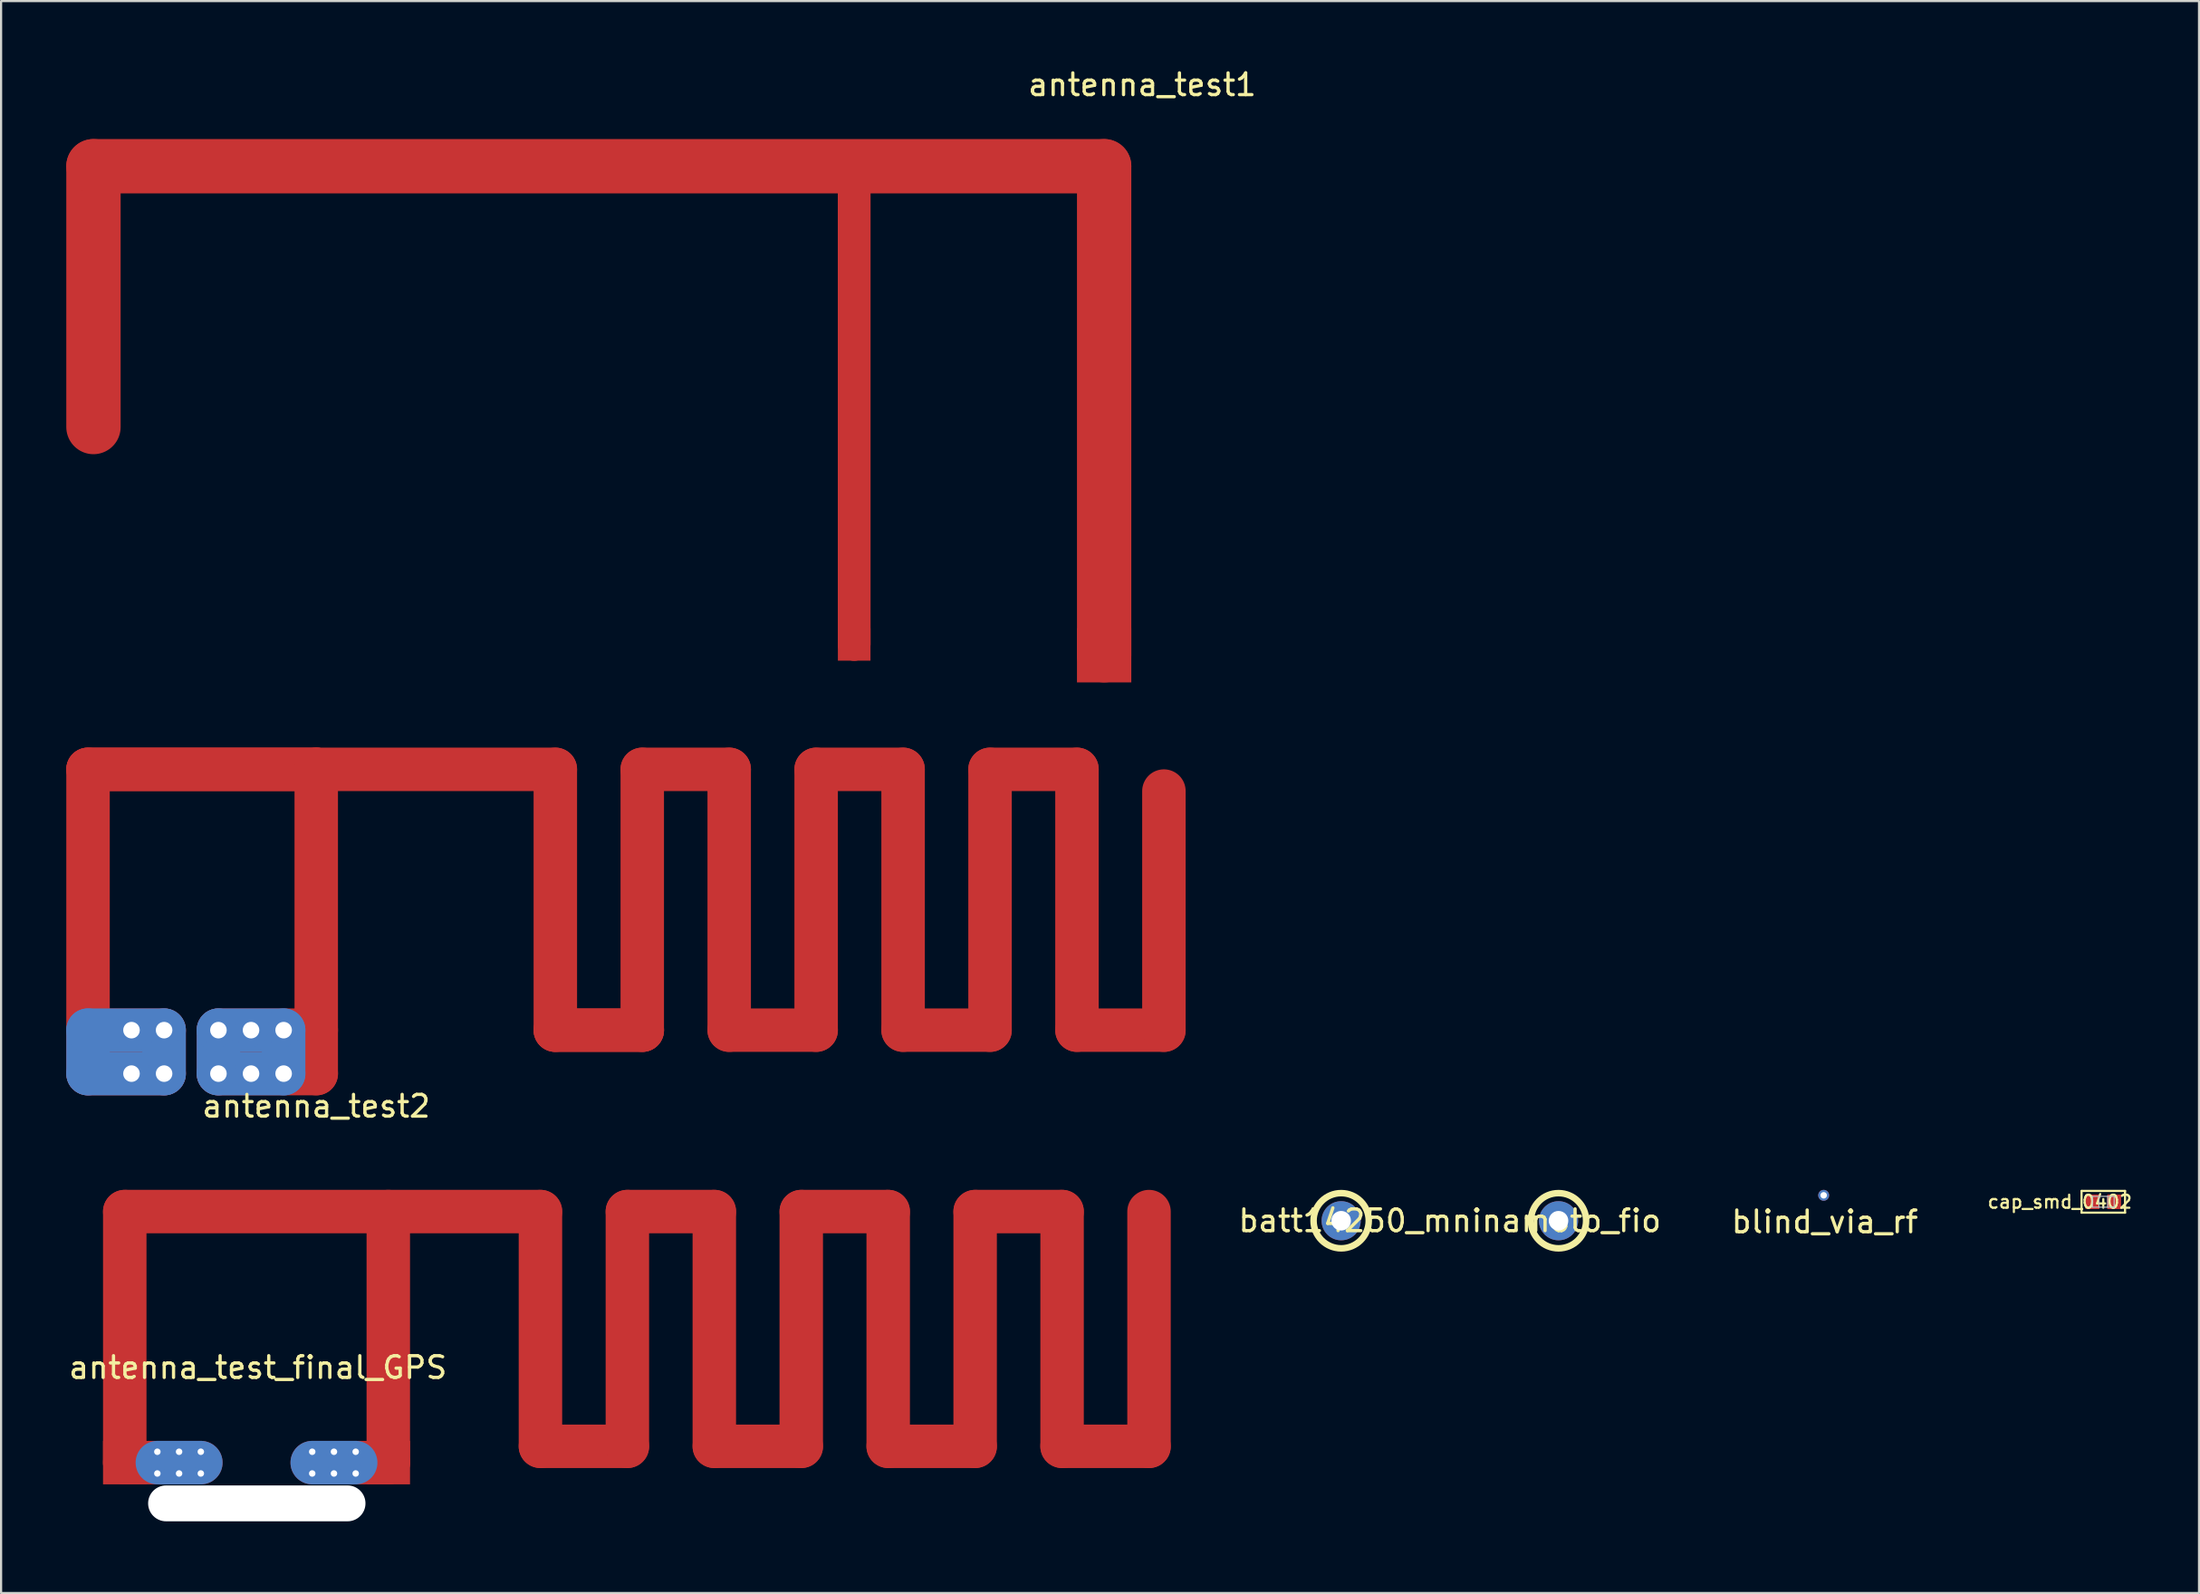
<source format=kicad_pcb>
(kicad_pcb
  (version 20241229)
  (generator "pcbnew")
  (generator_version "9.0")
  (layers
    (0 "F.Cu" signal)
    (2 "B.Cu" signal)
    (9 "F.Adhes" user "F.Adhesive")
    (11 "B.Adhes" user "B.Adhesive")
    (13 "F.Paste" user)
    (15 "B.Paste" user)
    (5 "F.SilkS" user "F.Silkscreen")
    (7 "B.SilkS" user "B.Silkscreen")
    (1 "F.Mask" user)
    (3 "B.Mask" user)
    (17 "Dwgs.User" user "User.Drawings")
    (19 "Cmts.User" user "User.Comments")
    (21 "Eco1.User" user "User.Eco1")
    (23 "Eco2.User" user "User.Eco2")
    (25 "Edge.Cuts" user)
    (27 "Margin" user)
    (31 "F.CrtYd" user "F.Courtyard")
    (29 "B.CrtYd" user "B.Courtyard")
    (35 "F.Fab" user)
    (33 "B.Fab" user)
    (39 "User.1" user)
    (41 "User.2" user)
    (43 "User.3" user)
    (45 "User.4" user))
  (footprint "blind_via_rf"
    (layer "F.Cu")
    (at 80.855 51.947)
    (property "Reference" "blind_via_rf" (at 0.05 1.22 0) (layer "F.SilkS") (effects (font (size 1 1) (thickness 0.15))))
    (attr through_hole)
    (pad "1" thru_hole circle (at 0 0) (size 0.5 0.5) (drill 0.3) (layers "*.Cu" "*.Mask")))
  (footprint "antenna_test1"
    (layer "F.Cu")
    (at 49.5 2.848)
    (property "Reference" "antenna_test1" (at 0 -2 0) (layer "F.SilkS") (effects (font (size 1 1) (thickness 0.15))))
    (attr through_hole)
    (fp_line (start -48.25 13.75) (end -48.25 1.75) (stroke (width 2.5) (type solid)) (layer "F.Cu"))
    (fp_line (start -13.25 23.75) (end -13.25 1.75) (stroke (width 1.5) (type solid)) (layer "F.Cu"))
    (fp_line (start -13.25 23.75) (end -13.25 1.75) (stroke (width 1.5) (type solid)) (layer "F.Cu"))
    (fp_line (start -1.75 1.75) (end -48.25 1.75) (stroke (width 2.5) (type solid)) (layer "F.Cu"))
    (fp_line (start -1.75 24.25) (end -1.75 1.75) (stroke (width 2.5) (type solid)) (layer "F.Cu"))
    (fp_line (start -48.25 13.75) (end -48.25 1.75) (stroke (width 2.5) (type solid)) (layer "F.Mask"))
    (fp_line (start -13.25 22.25) (end -13.25 1.75) (stroke (width 1.5) (type solid)) (layer "F.Mask"))
    (fp_line (start -1.75 1.75) (end -48.25 1.75) (stroke (width 2.5) (type solid)) (layer "F.Mask"))
    (fp_line (start -1.75 21.75) (end -1.75 1.75) (stroke (width 2.5) (type solid)) (layer "F.Mask"))
    (fp_poly (pts (xy -14 23) (xy -12.5 23) (xy -12.5 21.75) (xy -14 21.75)) (stroke (width 0) (type solid)) (fill yes) (layer "F.Mask"))
    (fp_poly (pts (xy -3 23) (xy -0.5 23) (xy -0.5 20.5) (xy -3 20.5)) (stroke (width 0) (type solid)) (fill yes) (layer "F.Mask"))
    (pad "1" smd rect (at -13.25 23.75) (size 1.5 1.5) (layers "F.Cu" "F.Mask" "F.Paste"))
    (pad "2" smd rect (at -1.75 24.25) (size 2.5 2.5) (layers "F.Cu" "F.Mask" "F.Paste")))
  (footprint "antenna_test_final_GPS"
    (layer "F.Cu")
    (at 1.69 66.996)
    (property "Reference" "antenna_test_final_GPS" (at 7.125 -7.125 0) (layer "F.SilkS") (effects (font (size 1 1) (thickness 0.15))))
    (attr through_hole)
    (fp_line (start 1 -2.75) (end 1 -14.3) (stroke (width 2) (type solid)) (layer "F.Cu"))
    (fp_line (start 4.5 -2.75) (end 1 -2.75) (stroke (width 2) (type solid)) (layer "F.Cu"))
    (fp_line (start 13.125 -2.75) (end 9.625 -2.75) (stroke (width 2) (type solid)) (layer "F.Cu"))
    (fp_line (start 13.125 -2.75) (end 13.125 -14.3) (stroke (width 2) (type solid)) (layer "F.Cu"))
    (fp_line (start 20.125 -14.3) (end 1 -14.3) (stroke (width 2) (type solid)) (layer "F.Cu"))
    (fp_line (start 20.125 -3.5) (end 20.125 -14.3) (stroke (width 2) (type solid)) (layer "F.Cu"))
    (fp_line (start 24.125 -3.5) (end 20.125 -3.5) (stroke (width 2) (type solid)) (layer "F.Cu"))
    (fp_line (start 24.125 -3.5) (end 24.125 -14.3) (stroke (width 2) (type solid)) (layer "F.Cu"))
    (fp_line (start 28.125 -14.3) (end 24.125 -14.3) (stroke (width 2) (type solid)) (layer "F.Cu"))
    (fp_line (start 28.125 -3.5) (end 28.125 -14.3) (stroke (width 2) (type solid)) (layer "F.Cu"))
    (fp_line (start 32.125 -3.5) (end 28.125 -3.5) (stroke (width 2) (type solid)) (layer "F.Cu"))
    (fp_line (start 32.125 -3.5) (end 32.125 -14.3) (stroke (width 2) (type solid)) (layer "F.Cu"))
    (fp_line (start 36.125 -14.3) (end 32.125 -14.3) (stroke (width 2) (type solid)) (layer "F.Cu"))
    (fp_line (start 36.125 -3.5) (end 36.125 -14.3) (stroke (width 2) (type solid)) (layer "F.Cu"))
    (fp_line (start 40.125 -3.5) (end 36.125 -3.5) (stroke (width 2) (type solid)) (layer "F.Cu"))
    (fp_line (start 40.125 -3.5) (end 40.125 -14.3) (stroke (width 2) (type solid)) (layer "F.Cu"))
    (fp_line (start 44.125 -14.3) (end 40.125 -14.3) (stroke (width 2) (type solid)) (layer "F.Cu"))
    (fp_line (start 44.125 -3.5) (end 44.125 -14.3) (stroke (width 2) (type solid)) (layer "F.Cu"))
    (fp_line (start 48.125 -3.5) (end 44.125 -3.5) (stroke (width 2) (type solid)) (layer "F.Cu"))
    (fp_line (start 48.125 -3.5) (end 48.125 -14.3) (stroke (width 2) (type solid)) (layer "F.Cu"))
    (fp_line (start 1 -2.75) (end 1 -14) (stroke (width 2) (type solid)) (layer "F.Mask"))
    (fp_line (start 4.5 -2.75) (end 1 -2.75) (stroke (width 2) (type solid)) (layer "F.Mask"))
    (fp_line (start 13.125 -2.75) (end 9.625 -2.75) (stroke (width 2) (type solid)) (layer "F.Mask"))
    (fp_line (start 13.125 -2.75) (end 13.125 -14.3) (stroke (width 2) (type solid)) (layer "F.Mask"))
    (fp_line (start 20.125 -14.3) (end 1 -14.3) (stroke (width 2) (type solid)) (layer "F.Mask"))
    (fp_line (start 20.125 -3.5) (end 20.125 -14.3) (stroke (width 2) (type solid)) (layer "F.Mask"))
    (fp_line (start 24.125 -3.5) (end 20.125 -3.5) (stroke (width 2) (type solid)) (layer "F.Mask"))
    (fp_line (start 24.125 -3.5) (end 24.125 -14.3) (stroke (width 2) (type solid)) (layer "F.Mask"))
    (fp_line (start 28.125 -14.3) (end 24.125 -14.3) (stroke (width 2) (type solid)) (layer "F.Mask"))
    (fp_line (start 28.125 -3.5) (end 28.125 -14.3) (stroke (width 2) (type solid)) (layer "F.Mask"))
    (fp_line (start 32.125 -3.5) (end 28.125 -3.5) (stroke (width 2) (type solid)) (layer "F.Mask"))
    (fp_line (start 32.125 -3.5) (end 32.125 -14.3) (stroke (width 2) (type solid)) (layer "F.Mask"))
    (fp_line (start 36.125 -14.3) (end 32.125 -14.3) (stroke (width 2) (type solid)) (layer "F.Mask"))
    (fp_line (start 36.125 -3.5) (end 36.125 -14.3) (stroke (width 2) (type solid)) (layer "F.Mask"))
    (fp_line (start 40.125 -3.5) (end 36.125 -3.5) (stroke (width 2) (type solid)) (layer "F.Mask"))
    (fp_line (start 40.125 -3.5) (end 40.125 -14.3) (stroke (width 2) (type solid)) (layer "F.Mask"))
    (fp_line (start 44.125 -14.3) (end 40.125 -14.3) (stroke (width 2) (type solid)) (layer "F.Mask"))
    (fp_line (start 44.125 -3.5) (end 44.125 -14.3) (stroke (width 2) (type solid)) (layer "F.Mask"))
    (fp_line (start 48.125 -3.5) (end 44.125 -3.5) (stroke (width 2) (type solid)) (layer "F.Mask"))
    (fp_line (start 48.125 -3.5) (end 48.125 -14.3) (stroke (width 2) (type solid)) (layer "F.Mask"))
    (fp_line (start 4.5 -2.75) (end 2.5 -2.75) (stroke (width 2) (type solid)) (layer "B.Cu"))
    (fp_line (start 11.625 -2.75) (end 9.625 -2.75) (stroke (width 2) (type solid)) (layer "B.Cu"))
    (fp_line (start 4.5 -2.75) (end 2.5 -2.75) (stroke (width 2) (type solid)) (layer "B.Mask"))
    (fp_line (start 11.625 -2.75) (end 9.625 -2.75) (stroke (width 2) (type solid)) (layer "B.Mask"))
    (pad "" np_thru_hole oval (at 7.075 -0.875) (size 10 1.65) (drill oval 10 1.65) (layers "*.Cu"))
    (pad "1" thru_hole circle (at 9.625 -3.25) (size 0.8 0.8) (drill 0.3) (layers "*.Cu"))
    (pad "1" thru_hole circle (at 9.625 -2.25) (size 0.8 0.8) (drill 0.3) (layers "*.Cu"))
    (pad "1" thru_hole circle (at 10.625 -3.25) (size 0.8 0.8) (drill 0.3) (layers "*.Cu"))
    (pad "1" thru_hole circle (at 10.625 -2.25) (size 0.8 0.8) (drill 0.3) (layers "*.Cu"))
    (pad "1" thru_hole circle (at 11.625 -3.25) (size 0.8 0.8) (drill 0.3) (layers "*.Cu"))
    (pad "1" thru_hole circle (at 11.625 -2.25) (size 0.8 0.8) (drill 0.3) (layers "*.Cu"))
    (pad "1" smd rect (at 13.125 -2.75) (size 2 2) (layers "F.Cu" "F.Mask" "F.Paste"))
    (pad "2" smd rect (at 1 -2.75) (size 2 2) (layers "F.Cu" "F.Mask" "F.Paste"))
    (pad "2" thru_hole circle (at 2.5 -3.25) (size 0.8 0.8) (drill 0.3) (layers "*.Cu"))
    (pad "2" thru_hole circle (at 2.5 -2.25) (size 0.8 0.8) (drill 0.3) (layers "*.Cu"))
    (pad "2" thru_hole circle (at 3.5 -3.25) (size 0.8 0.8) (drill 0.3) (layers "*.Cu"))
    (pad "2" thru_hole circle (at 3.5 -2.25) (size 0.8 0.8) (drill 0.3) (layers "*.Cu"))
    (pad "2" thru_hole circle (at 4.5 -3.25) (size 0.8 0.8) (drill 0.3) (layers "*.Cu"))
    (pad "2" thru_hole circle (at 4.5 -2.25) (size 0.8 0.8) (drill 0.3) (layers "*.Cu")))
  (footprint "batt14250_mninamoto_fio"
    (layer "F.Cu")
    (at 58.655 53.117)
    (property "Reference" "batt14250_mninamoto_fio" (at 5 0 0) (layer "F.SilkS") (effects (font (size 1 1) (thickness 0.15))))
    (attr through_hole)
    (fp_circle (center 0 0) (end 1.27 0) (stroke (width 0.3) (type solid)) (fill no) (layer "F.SilkS"))
    (fp_circle (center 10 0) (end 11.27 0) (stroke (width 0.3) (type solid)) (fill no) (layer "F.SilkS"))
    (pad "1" thru_hole circle (at 0 0) (size 1.8 1.8) (drill 0.9) (layers "*.Cu" "*.Mask"))
    (pad "2" thru_hole circle (at 10 0) (size 1.8 1.8) (drill 0.9) (layers "*.Cu" "*.Mask")))
  (footprint "antenna_test2"
    (layer "F.Cu")
    (at 11.5 47.348)
    (property "Reference" "antenna_test2" (at 0 0.5 0) (layer "F.SilkS") (effects (font (size 1 1) (thickness 0.15))))
    (attr through_hole)
    (fp_line (start -10.5 -1) (end -10.5 -15) (stroke (width 2) (type solid)) (layer "F.Cu"))
    (fp_line (start -7 -3) (end -10.5 -3) (stroke (width 2) (type solid)) (layer "F.Cu"))
    (fp_line (start -7 -1) (end -10.5 -1) (stroke (width 2) (type solid)) (layer "F.Cu"))
    (fp_line (start -7 -1) (end -7 -3) (stroke (width 2) (type solid)) (layer "F.Cu"))
    (fp_line (start -4.5 -1) (end -4.5 -3) (stroke (width 2) (type solid)) (layer "F.Cu"))
    (fp_line (start 0 -15) (end -10.5 -15) (stroke (width 2) (type solid)) (layer "F.Cu"))
    (fp_line (start 0 -15) (end -10.5 -15) (stroke (width 2) (type solid)) (layer "F.Cu"))
    (fp_line (start 0 -3) (end -4.5 -3) (stroke (width 2) (type solid)) (layer "F.Cu"))
    (fp_line (start 0 -1) (end -4.5 -1) (stroke (width 2) (type solid)) (layer "F.Cu"))
    (fp_line (start 0 -1) (end 0 -15) (stroke (width 2) (type solid)) (layer "F.Cu"))
    (fp_line (start 11 -15) (end 0 -15) (stroke (width 2) (type solid)) (layer "F.Cu"))
    (fp_line (start 11 -3) (end 11 -15) (stroke (width 2) (type solid)) (layer "F.Cu"))
    (fp_line (start 15 -3) (end 11 -3) (stroke (width 2) (type solid)) (layer "F.Cu"))
    (fp_line (start 15 -3) (end 11 -3) (stroke (width 2) (type solid)) (layer "F.Cu"))
    (fp_line (start 15 -3) (end 15 -15) (stroke (width 2) (type solid)) (layer "F.Cu"))
    (fp_line (start 19 -15) (end 15 -15) (stroke (width 2) (type solid)) (layer "F.Cu"))
    (fp_line (start 19 -3) (end 19 -15) (stroke (width 2) (type solid)) (layer "F.Cu"))
    (fp_line (start 23 -3) (end 19 -3) (stroke (width 2) (type solid)) (layer "F.Cu"))
    (fp_line (start 23 -3) (end 23 -15) (stroke (width 2) (type solid)) (layer "F.Cu"))
    (fp_line (start 27 -15) (end 23 -15) (stroke (width 2) (type solid)) (layer "F.Cu"))
    (fp_line (start 27 -3) (end 27 -15) (stroke (width 2) (type solid)) (layer "F.Cu"))
    (fp_line (start 31 -3) (end 27 -3) (stroke (width 2) (type solid)) (layer "F.Cu"))
    (fp_line (start 31 -3) (end 31 -15) (stroke (width 2) (type solid)) (layer "F.Cu"))
    (fp_line (start 35 -15) (end 31 -15) (stroke (width 2) (type solid)) (layer "F.Cu"))
    (fp_line (start 35 -3) (end 35 -15) (stroke (width 2) (type solid)) (layer "F.Cu"))
    (fp_line (start 39 -3) (end 35 -3) (stroke (width 2) (type solid)) (layer "F.Cu"))
    (fp_line (start 39 -3) (end 39 -14) (stroke (width 2) (type solid)) (layer "F.Cu"))
    (fp_line (start -10.5 -1) (end -10.5 -3) (stroke (width 2) (type solid)) (layer "B.Cu"))
    (fp_line (start -7 -3) (end -10.5 -3) (stroke (width 2) (type solid)) (layer "B.Cu"))
    (fp_line (start -7 -1) (end -10.5 -1) (stroke (width 2) (type solid)) (layer "B.Cu"))
    (fp_line (start -7 -1) (end -7 -3) (stroke (width 2) (type solid)) (layer "B.Cu"))
    (fp_line (start -4.5 -1) (end -4.5 -3) (stroke (width 2) (type solid)) (layer "B.Cu"))
    (fp_line (start -1.5 -3) (end -4.5 -3) (stroke (width 2) (type solid)) (layer "B.Cu"))
    (fp_line (start -1.5 -1) (end -4.5 -1) (stroke (width 2) (type solid)) (layer "B.Cu"))
    (fp_line (start -1.5 -1) (end -1.5 -3) (stroke (width 2) (type solid)) (layer "B.Cu"))
    (pad "11" thru_hole circle (at -1.5 -3) (size 1.524 1.524) (drill 0.762) (layers "*.Cu" "*.Mask"))
    (pad "12" thru_hole circle (at -3 -3) (size 1.524 1.524) (drill 0.762) (layers "*.Cu" "*.Mask"))
    (pad "13" thru_hole circle (at -4.5 -3) (size 1.524 1.524) (drill 0.762) (layers "*.Cu" "*.Mask"))
    (pad "14" thru_hole circle (at -4.5 -1) (size 1.524 1.524) (drill 0.762) (layers "*.Cu" "*.Mask"))
    (pad "15" thru_hole circle (at -3 -1) (size 1.524 1.524) (drill 0.762) (layers "*.Cu" "*.Mask"))
    (pad "16" thru_hole circle (at -1.5 -1) (size 1.524 1.524) (drill 0.762) (layers "*.Cu" "*.Mask"))
    (pad "17" thru_hole circle (at -8.5 -3) (size 1.524 1.524) (drill 0.762) (layers "*.Cu" "*.Mask"))
    (pad "18" thru_hole circle (at -7 -3) (size 1.524 1.524) (drill 0.762) (layers "*.Cu" "*.Mask"))
    (pad "19" thru_hole circle (at -7 -1) (size 1.524 1.524) (drill 0.762) (layers "*.Cu" "*.Mask"))
    (pad "20" thru_hole circle (at -8.5 -1) (size 1.524 1.524) (drill 0.762) (layers "*.Cu" "*.Mask")))
  (footprint "cap_smd_0402"
    (layer "F.Cu")
    (at 93.72 52.246)
    (property "Reference" "cap_smd_0402" (at -2 0 0) (layer "F.SilkS") (effects (font (size 0.6 0.6) (thickness 0.1))))
    (attr through_hole)
    (fp_line (start -1 -0.5) (end 1 -0.5) (stroke (width 0.1) (type solid)) (layer "F.SilkS"))
    (fp_line (start -1 0.5) (end -1 -0.5) (stroke (width 0.1) (type solid)) (layer "F.SilkS"))
    (fp_line (start 1 -0.5) (end 1 0.5) (stroke (width 0.1) (type solid)) (layer "F.SilkS"))
    (fp_line (start 1 0.5) (end -1 0.5) (stroke (width 0.1) (type solid)) (layer "F.SilkS"))
    (fp_line (start -0.5 -0.25) (end -0.5 0.25) (stroke (width 0.05) (type solid)) (layer "Dwgs.User"))
    (fp_line (start -0.5 -0.25) (end 0.5 -0.25) (stroke (width 0.05) (type solid)) (layer "Dwgs.User"))
    (fp_line (start -0.5 0.25) (end 0.5 0.25) (stroke (width 0.05) (type solid)) (layer "Dwgs.User"))
    (fp_line (start -0.2 -0.25) (end -0.2 0.25) (stroke (width 0.05) (type solid)) (layer "Dwgs.User"))
    (fp_line (start 0.2 -0.25) (end 0.2 0.25) (stroke (width 0.05) (type solid)) (layer "Dwgs.User"))
    (fp_line (start 0.5 -0.25) (end 0.5 0.25) (stroke (width 0.05) (type solid)) (layer "Dwgs.User"))
    (pad "1" smd rect (at -0.5 0) (size 0.635 0.67) (layers "F.Cu" "F.Mask" "F.Paste"))
    (pad "2" smd rect (at 0.5 0) (size 0.635 0.67) (layers "F.Cu" "F.Mask" "F.Paste")))
  (gr_rect
    (start -3 -3)
    (end 98.124 70.246)
    (stroke (width 0.1) (type default))
    (fill no)
    (layer "Edge.Cuts")))
</source>
